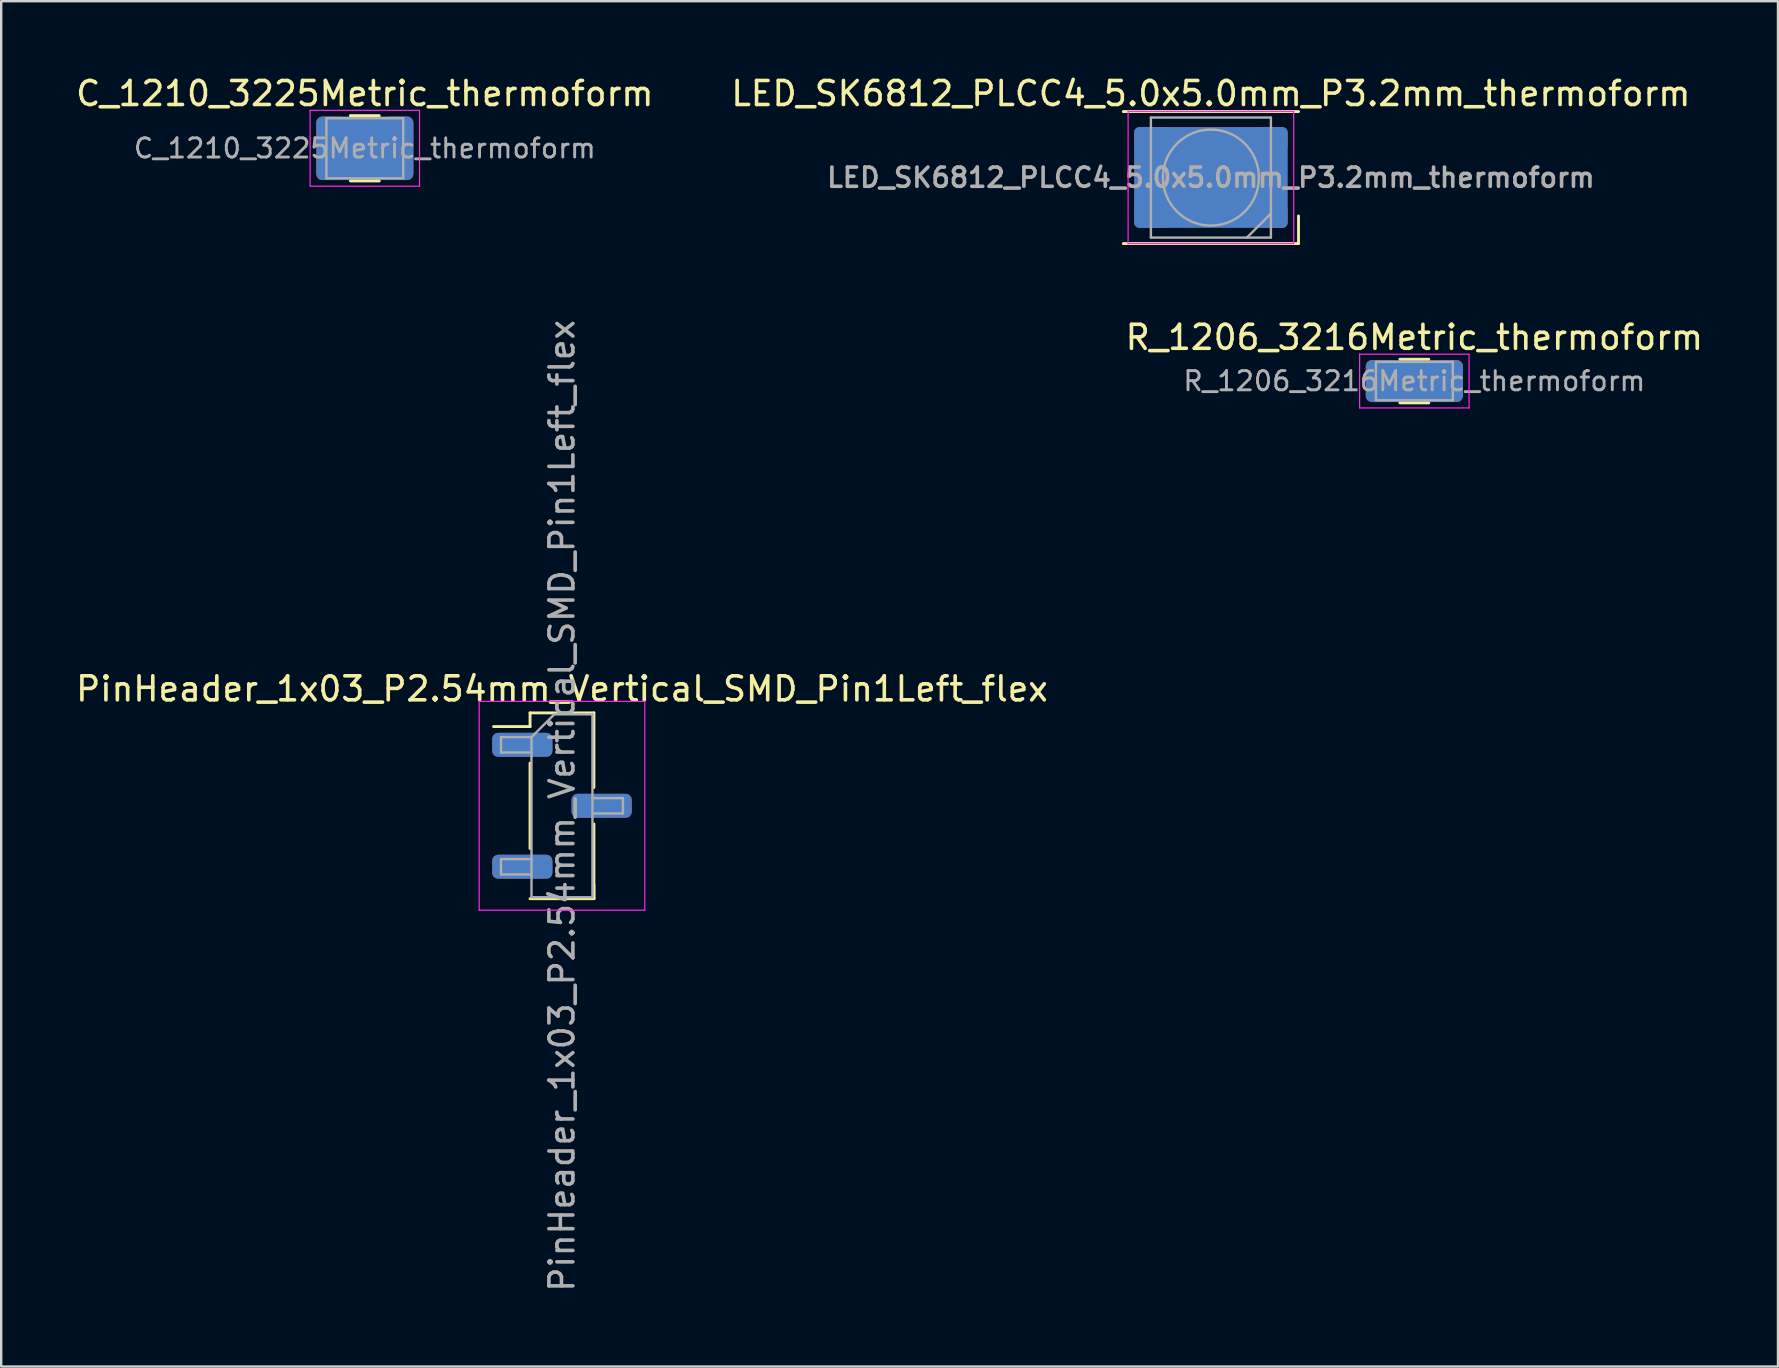
<source format=kicad_pcb>
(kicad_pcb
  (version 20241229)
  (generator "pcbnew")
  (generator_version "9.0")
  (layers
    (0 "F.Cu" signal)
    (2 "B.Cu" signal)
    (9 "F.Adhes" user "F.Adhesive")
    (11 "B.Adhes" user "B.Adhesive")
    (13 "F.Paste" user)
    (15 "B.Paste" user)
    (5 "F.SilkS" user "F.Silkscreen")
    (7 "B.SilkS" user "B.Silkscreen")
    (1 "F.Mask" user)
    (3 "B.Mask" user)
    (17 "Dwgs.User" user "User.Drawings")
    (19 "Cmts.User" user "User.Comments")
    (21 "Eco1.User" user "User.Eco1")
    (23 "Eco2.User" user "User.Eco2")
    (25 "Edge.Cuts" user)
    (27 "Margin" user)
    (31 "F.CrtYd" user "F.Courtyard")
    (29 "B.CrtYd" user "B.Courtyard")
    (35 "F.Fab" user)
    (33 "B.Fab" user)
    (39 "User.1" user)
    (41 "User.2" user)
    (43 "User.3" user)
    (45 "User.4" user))
  (footprint "R_1206_3216Metric_thermoform"
    (layer "F.Cu")
    (at 55.875 12.826)
    (property "Reference" "R_1206_3216Metric_thermoform" (at 0 -1.82 0) (layer "F.SilkS") (effects (font (size 1 1) (thickness 0.15))))
    (attr smd)
    (fp_line (start -0.602 -0.91) (end 0.602 -0.91) (stroke (width 0.12) (type solid)) (layer "F.SilkS"))
    (fp_line (start -0.602 0.91) (end 0.602 0.91) (stroke (width 0.12) (type solid)) (layer "F.SilkS"))
    (fp_line (start -2.28 -1.12) (end 2.28 -1.12) (stroke (width 0.05) (type solid)) (layer "F.CrtYd"))
    (fp_line (start -2.28 1.12) (end -2.28 -1.12) (stroke (width 0.05) (type solid)) (layer "F.CrtYd"))
    (fp_line (start 2.28 -1.12) (end 2.28 1.12) (stroke (width 0.05) (type solid)) (layer "F.CrtYd"))
    (fp_line (start 2.28 1.12) (end -2.28 1.12) (stroke (width 0.05) (type solid)) (layer "F.CrtYd"))
    (fp_line (start -1.6 -0.8) (end 1.6 -0.8) (stroke (width 0.1) (type solid)) (layer "F.Fab"))
    (fp_line (start -1.6 0.8) (end -1.6 -0.8) (stroke (width 0.1) (type solid)) (layer "F.Fab"))
    (fp_line (start 1.6 -0.8) (end 1.6 0.8) (stroke (width 0.1) (type solid)) (layer "F.Fab"))
    (fp_line (start 1.6 0.8) (end -1.6 0.8) (stroke (width 0.1) (type solid)) (layer "F.Fab"))
    (fp_text user "${REFERENCE}" (at 0 0 0) (layer "F.Fab") (effects (font (size 0.8 0.8) (thickness 0.12))))
    (pad "" smd roundrect (at 0 0) (size 4.05 1.75) (layers "F.Mask" "B.Cu" "F.Paste") (roundrect_rratio 0.15))
    (pad "1" smd roundrect (at -1.4 0) (size 1.25 1.75) (layers "F.Cu" "F.Mask" "F.Paste") (roundrect_rratio 0.2))
    (pad "2" smd roundrect (at 1.4 0) (size 1.25 1.75) (layers "F.Cu" "F.Mask" "F.Paste") (roundrect_rratio 0.2)))
  (footprint "LED_SK6812_PLCC4_5.0x5.0mm_P3.2mm_thermoform"
    (layer "F.Cu")
    (at 47.399 4.348)
    (property "Reference" "LED_SK6812_PLCC4_5.0x5.0mm_P3.2mm_thermoform" (at 0 -3.5 180) (layer "F.SilkS") (effects (font (size 1 1) (thickness 0.15))))
    (attr smd)
    (fp_line (start -3.65 -2.75) (end 3.65 -2.75) (stroke (width 0.12) (type solid)) (layer "F.SilkS"))
    (fp_line (start -3.65 2.75) (end 3.65 2.75) (stroke (width 0.12) (type solid)) (layer "F.SilkS"))
    (fp_line (start 3.65 2.75) (end 3.65 1.6) (stroke (width 0.12) (type solid)) (layer "F.SilkS"))
    (fp_line (start -3.45 -2.75) (end -3.45 2.75) (stroke (width 0.05) (type solid)) (layer "F.CrtYd"))
    (fp_line (start -3.45 2.75) (end 3.45 2.75) (stroke (width 0.05) (type solid)) (layer "F.CrtYd"))
    (fp_line (start 3.45 -2.75) (end -3.45 -2.75) (stroke (width 0.05) (type solid)) (layer "F.CrtYd"))
    (fp_line (start 3.45 2.75) (end 3.45 -2.75) (stroke (width 0.05) (type solid)) (layer "F.CrtYd"))
    (fp_line (start -2.5 -2.5) (end -2.5 2.5) (stroke (width 0.1) (type solid)) (layer "F.Fab"))
    (fp_line (start -2.5 2.5) (end 2.5 2.5) (stroke (width 0.1) (type solid)) (layer "F.Fab"))
    (fp_line (start 2.5 -2.5) (end -2.5 -2.5) (stroke (width 0.1) (type solid)) (layer "F.Fab"))
    (fp_line (start 2.5 1.5) (end 1.5 2.5) (stroke (width 0.1) (type solid)) (layer "F.Fab"))
    (fp_line (start 2.5 2.5) (end 2.5 -2.5) (stroke (width 0.1) (type solid)) (layer "F.Fab"))
    (fp_circle (center 0 0) (end 0 -2) (stroke (width 0.1) (type solid)) (fill no) (layer "F.Fab"))
    (fp_text user "${REFERENCE}" (at 0 0 180) (layer "F.Fab") (effects (font (size 0.8 0.8) (thickness 0.15))))
    (pad "" smd roundrect (at 0 -0.005) (size 6.4 4.2) (layers "F.Mask" "B.Cu" "F.Paste") (roundrect_rratio 0.05))
    (pad "1" smd roundrect (at 2.45 1.6) (size 1.5 1) (layers "F.Cu" "F.Mask" "F.Paste") (roundrect_rratio 0.25))
    (pad "2" smd roundrect (at 2.45 -1.6) (size 1.5 1) (layers "F.Cu" "F.Mask" "F.Paste") (roundrect_rratio 0.25))
    (pad "3" smd roundrect (at -2.45 -1.6) (size 1.5 1) (layers "F.Cu" "F.Mask" "F.Paste") (roundrect_rratio 0.25))
    (pad "4" smd roundrect (at -2.45 1.6) (size 1.5 1) (layers "F.Cu" "F.Mask" "F.Paste") (roundrect_rratio 0.25)))
  (footprint "PinHeader_1x03_P2.54mm_Vertical_SMD_Pin1Left_flex"
    (layer "F.Cu")
    (at 20.363 30.521)
    (property "Reference" "PinHeader_1x03_P2.54mm_Vertical_SMD_Pin1Left_flex" (at 0 -4.87 180) (layer "F.SilkS") (effects (font (size 1 1) (thickness 0.15))))
    (attr smd)
    (fp_line (start -1.33 -3.87) (end -1.33 -3.3) (stroke (width 0.12) (type solid)) (layer "F.SilkS"))
    (fp_line (start -1.33 -3.87) (end 1.33 -3.87) (stroke (width 0.12) (type solid)) (layer "F.SilkS"))
    (fp_line (start -1.33 -3.3) (end -2.85 -3.3) (stroke (width 0.12) (type solid)) (layer "F.SilkS"))
    (fp_line (start -1.33 -1.78) (end -1.33 1.78) (stroke (width 0.12) (type solid)) (layer "F.SilkS"))
    (fp_line (start -1.33 3.87) (end 1.33 3.87) (stroke (width 0.12) (type solid)) (layer "F.SilkS"))
    (fp_line (start 1.33 -3.87) (end 1.33 -0.76) (stroke (width 0.12) (type solid)) (layer "F.SilkS"))
    (fp_line (start 1.33 0.76) (end 1.33 3.87) (stroke (width 0.12) (type solid)) (layer "F.SilkS"))
    (fp_line (start 1.33 3.3) (end 1.33 3.87) (stroke (width 0.12) (type solid)) (layer "F.SilkS"))
    (fp_line (start -3.45 -4.35) (end -3.45 4.35) (stroke (width 0.05) (type solid)) (layer "F.CrtYd"))
    (fp_line (start -3.45 4.35) (end 3.45 4.35) (stroke (width 0.05) (type solid)) (layer "F.CrtYd"))
    (fp_line (start 3.45 -4.35) (end -3.45 -4.35) (stroke (width 0.05) (type solid)) (layer "F.CrtYd"))
    (fp_line (start 3.45 4.35) (end 3.45 -4.35) (stroke (width 0.05) (type solid)) (layer "F.CrtYd"))
    (fp_line (start -2.54 -2.86) (end -2.54 -2.22) (stroke (width 0.1) (type solid)) (layer "F.Fab"))
    (fp_line (start -2.54 -2.22) (end -1.27 -2.22) (stroke (width 0.1) (type solid)) (layer "F.Fab"))
    (fp_line (start -2.54 2.22) (end -2.54 2.86) (stroke (width 0.1) (type solid)) (layer "F.Fab"))
    (fp_line (start -2.54 2.86) (end -1.27 2.86) (stroke (width 0.1) (type solid)) (layer "F.Fab"))
    (fp_line (start -1.27 -2.86) (end -2.54 -2.86) (stroke (width 0.1) (type solid)) (layer "F.Fab"))
    (fp_line (start -1.27 -2.86) (end -0.32 -3.81) (stroke (width 0.1) (type solid)) (layer "F.Fab"))
    (fp_line (start -1.27 2.22) (end -2.54 2.22) (stroke (width 0.1) (type solid)) (layer "F.Fab"))
    (fp_line (start -1.27 3.81) (end -1.27 -2.86) (stroke (width 0.1) (type solid)) (layer "F.Fab"))
    (fp_line (start -0.32 -3.81) (end 1.27 -3.81) (stroke (width 0.1) (type solid)) (layer "F.Fab"))
    (fp_line (start 1.27 -3.81) (end 1.27 3.81) (stroke (width 0.1) (type solid)) (layer "F.Fab"))
    (fp_line (start 1.27 -0.32) (end 2.54 -0.32) (stroke (width 0.1) (type solid)) (layer "F.Fab"))
    (fp_line (start 1.27 3.81) (end -1.27 3.81) (stroke (width 0.1) (type solid)) (layer "F.Fab"))
    (fp_line (start 2.54 -0.32) (end 2.54 0.32) (stroke (width 0.1) (type solid)) (layer "F.Fab"))
    (fp_line (start 2.54 0.32) (end 1.27 0.32) (stroke (width 0.1) (type solid)) (layer "F.Fab"))
    (fp_text user "${REFERENCE}" (at 0 0 270) (layer "F.Fab") (effects (font (size 1 1) (thickness 0.15))))
    (pad "" smd roundrect (at -1.651 -2.54) (size 2.51 1) (layers "F.Mask" "B.Cu" "F.Paste") (roundrect_rratio 0.25))
    (pad "" smd roundrect (at -1.651 2.54) (size 2.51 1) (layers "F.Mask" "B.Cu" "F.Paste") (roundrect_rratio 0.25))
    (pad "" smd roundrect (at 1.651 0) (size 2.51 1) (layers "F.Mask" "B.Cu" "F.Paste") (roundrect_rratio 0.25))
    (pad "1" smd roundrect (at -1.655 -2.54) (size 2.51 1) (layers "F.Cu" "F.Mask" "F.Paste") (roundrect_rratio 0.25))
    (pad "2" smd roundrect (at 1.655 0) (size 2.51 1) (layers "F.Cu" "F.Mask" "F.Paste") (roundrect_rratio 0.25))
    (pad "3" smd roundrect (at -1.655 2.54) (size 2.51 1) (layers "F.Cu" "F.Mask" "F.Paste") (roundrect_rratio 0.25)))
  (footprint "C_1210_3225Metric_thermoform"
    (layer "F.Cu")
    (at 12.149 3.128)
    (property "Reference" "C_1210_3225Metric_thermoform" (at 0 -2.28 180) (layer "F.SilkS") (effects (font (size 1 1) (thickness 0.15))))
    (attr smd)
    (fp_line (start -0.602 -1.36) (end 0.602 -1.36) (stroke (width 0.12) (type solid)) (layer "F.SilkS"))
    (fp_line (start -0.602 1.36) (end 0.602 1.36) (stroke (width 0.12) (type solid)) (layer "F.SilkS"))
    (fp_line (start -2.28 -1.58) (end 2.28 -1.58) (stroke (width 0.05) (type solid)) (layer "F.CrtYd"))
    (fp_line (start -2.28 1.58) (end -2.28 -1.58) (stroke (width 0.05) (type solid)) (layer "F.CrtYd"))
    (fp_line (start 2.28 -1.58) (end 2.28 1.58) (stroke (width 0.05) (type solid)) (layer "F.CrtYd"))
    (fp_line (start 2.28 1.58) (end -2.28 1.58) (stroke (width 0.05) (type solid)) (layer "F.CrtYd"))
    (fp_line (start -1.6 -1.25) (end 1.6 -1.25) (stroke (width 0.1) (type solid)) (layer "F.Fab"))
    (fp_line (start -1.6 1.25) (end -1.6 -1.25) (stroke (width 0.1) (type solid)) (layer "F.Fab"))
    (fp_line (start 1.6 -1.25) (end 1.6 1.25) (stroke (width 0.1) (type solid)) (layer "F.Fab"))
    (fp_line (start 1.6 1.25) (end -1.6 1.25) (stroke (width 0.1) (type solid)) (layer "F.Fab"))
    (fp_text user "${REFERENCE}" (at 0 0 180) (layer "F.Fab") (effects (font (size 0.8 0.8) (thickness 0.12))))
    (pad "" smd roundrect (at 0 0) (size 4.05 2.65) (layers "F.Mask" "B.Cu" "F.Paste") (roundrect_rratio 0.1))
    (pad "1" smd roundrect (at -1.4 0) (size 1.25 2.65) (layers "F.Cu" "F.Mask" "F.Paste") (roundrect_rratio 0.2))
    (pad "2" smd roundrect (at 1.4 0) (size 1.25 2.65) (layers "F.Cu" "F.Mask" "F.Paste") (roundrect_rratio 0.2)))
  (gr_rect
    (start -3 -3)
    (end 71.024 53.884)
    (stroke (width 0.1) (type default))
    (fill no)
    (layer "Edge.Cuts")))
</source>
